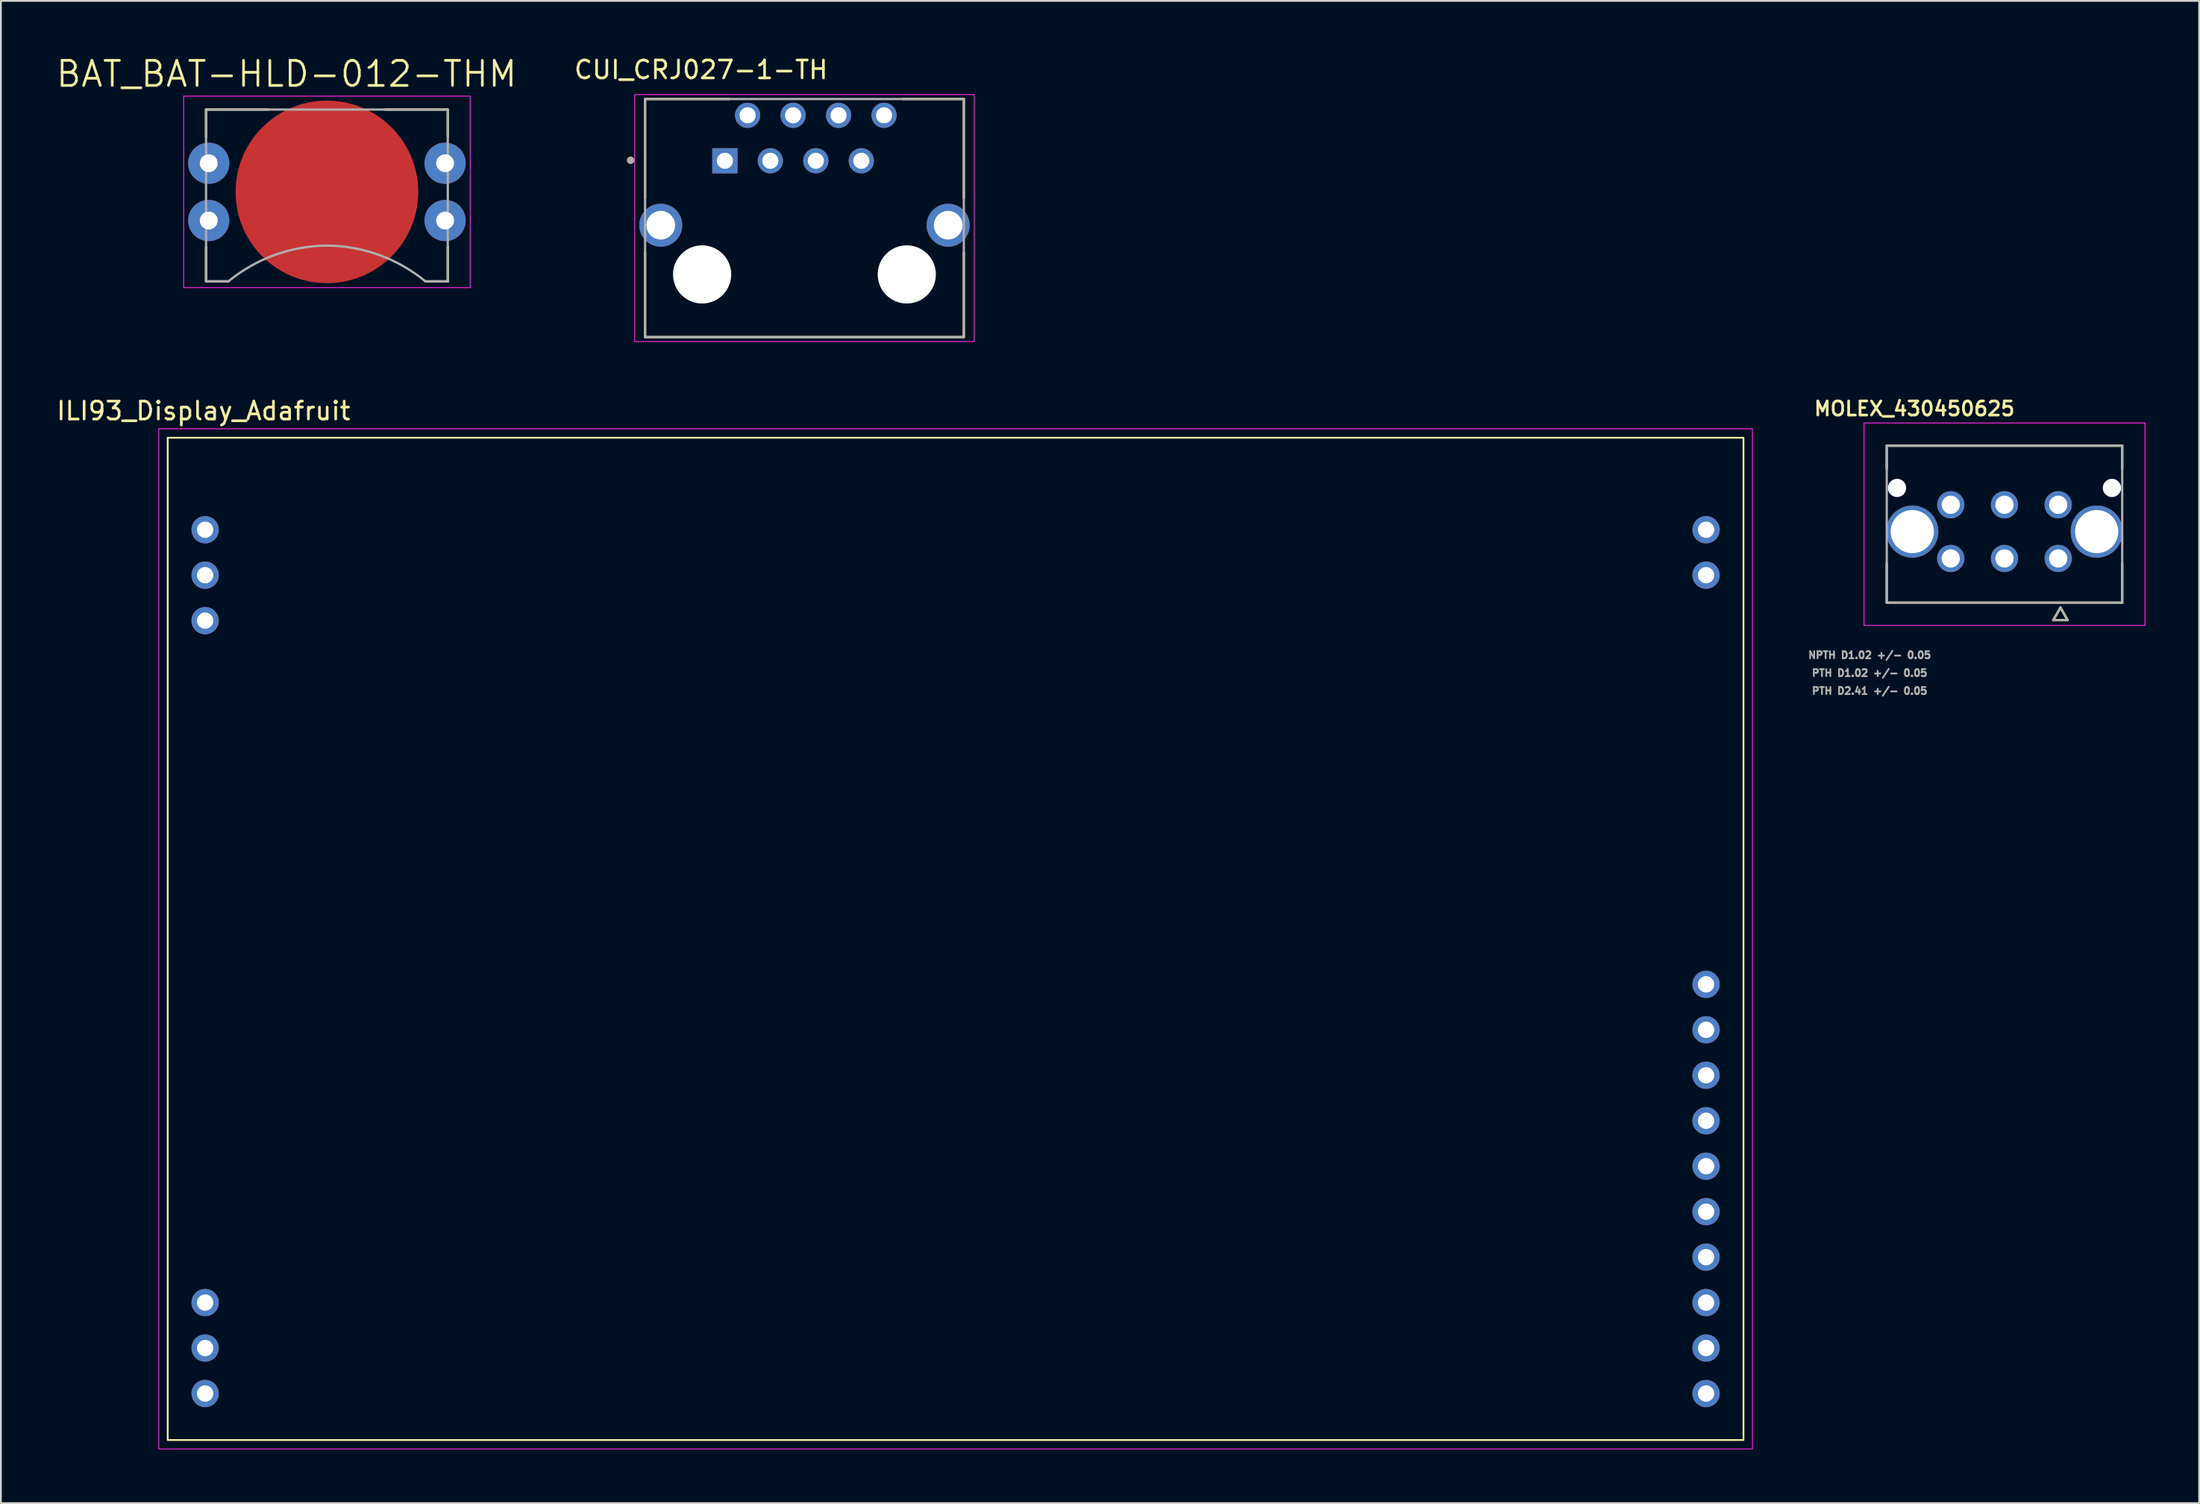
<source format=kicad_pcb>
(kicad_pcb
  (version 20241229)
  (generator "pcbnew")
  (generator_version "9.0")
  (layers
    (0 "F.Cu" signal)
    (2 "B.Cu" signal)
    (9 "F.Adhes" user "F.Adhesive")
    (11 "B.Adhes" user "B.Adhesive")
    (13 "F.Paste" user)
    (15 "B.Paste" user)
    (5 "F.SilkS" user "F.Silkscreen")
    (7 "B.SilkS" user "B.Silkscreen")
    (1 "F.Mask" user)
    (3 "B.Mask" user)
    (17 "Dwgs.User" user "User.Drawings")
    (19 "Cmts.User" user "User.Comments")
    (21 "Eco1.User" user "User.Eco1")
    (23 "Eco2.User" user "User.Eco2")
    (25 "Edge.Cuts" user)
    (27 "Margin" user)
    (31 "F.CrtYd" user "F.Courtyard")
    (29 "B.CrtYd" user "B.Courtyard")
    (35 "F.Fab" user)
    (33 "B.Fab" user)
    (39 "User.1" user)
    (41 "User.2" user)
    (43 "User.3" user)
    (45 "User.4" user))
  (footprint "ILI93_Display_Adafruit"
    (layer "F.Cu")
    (at 50.315 49.407)
    (property "Reference" "ILI93_Display_Adafruit" (at -42 -29.5 0) (layer "F.SilkS") (effects (font (size 1 1) (thickness 0.15))))
    (attr through_hole)
    (fp_rect (start -44 -28) (end 44 28) (stroke (width 0.1) (type default)) (fill no) (layer "F.SilkS"))
    (fp_rect (start -44.5 -28.5) (end 44.5 28.5) (stroke (width 0.05) (type default)) (fill no) (layer "F.CrtYd"))
    (pad "1" thru_hole oval (at 41.91 25.402) (size 1.524 1.524) (drill 0.914) (layers "*.Cu" "*.Mask"))
    (pad "2" thru_hole oval (at 41.91 22.86) (size 1.524 1.524) (drill 0.914) (layers "*.Cu" "*.Mask"))
    (pad "3" thru_hole oval (at 41.91 20.322) (size 1.524 1.524) (drill 0.914) (layers "*.Cu" "*.Mask"))
    (pad "4" thru_hole oval (at 41.91 17.782) (size 1.524 1.524) (drill 0.914) (layers "*.Cu" "*.Mask"))
    (pad "5" thru_hole oval (at 41.91 15.242) (size 1.524 1.524) (drill 0.914) (layers "*.Cu" "*.Mask"))
    (pad "6" thru_hole oval (at 41.91 12.702) (size 1.524 1.524) (drill 0.914) (layers "*.Cu" "*.Mask"))
    (pad "7" thru_hole oval (at 41.91 10.162) (size 1.524 1.524) (drill 0.914) (layers "*.Cu" "*.Mask"))
    (pad "8" thru_hole oval (at 41.91 7.62) (size 1.524 1.524) (drill 0.914) (layers "*.Cu" "*.Mask"))
    (pad "9" thru_hole oval (at 41.91 5.08) (size 1.524 1.524) (drill 0.914) (layers "*.Cu" "*.Mask"))
    (pad "10" thru_hole oval (at 41.91 2.54) (size 1.524 1.524) (drill 0.914) (layers "*.Cu" "*.Mask"))
    (pad "11" thru_hole oval (at 41.91 -20.32) (size 1.524 1.524) (drill 0.914) (layers "*.Cu" "*.Mask"))
    (pad "12" thru_hole oval (at 41.91 -22.86) (size 1.524 1.524) (drill 0.914) (layers "*.Cu" "*.Mask"))
    (pad "13" thru_hole oval (at -41.91 25.402) (size 1.524 1.524) (drill 0.914) (layers "*.Cu" "*.Mask"))
    (pad "14" thru_hole oval (at -41.91 22.862) (size 1.524 1.524) (drill 0.914) (layers "*.Cu" "*.Mask"))
    (pad "15" thru_hole oval (at -41.91 20.32) (size 1.524 1.524) (drill 0.914) (layers "*.Cu" "*.Mask"))
    (pad "16" thru_hole oval (at -41.91 -17.78) (size 1.524 1.524) (drill 0.914) (layers "*.Cu" "*.Mask"))
    (pad "17" thru_hole oval (at -41.91 -20.32) (size 1.524 1.524) (drill 0.914) (layers "*.Cu" "*.Mask"))
    (pad "18" thru_hole oval (at -41.91 -22.86) (size 1.524 1.524) (drill 0.914) (layers "*.Cu" "*.Mask")))
  (footprint "MOLEX_430450625"
    (layer "F.Cu")
    (at 111.891 28.152)
    (property "Reference" "MOLEX_430450625" (at -8.03 -8.37 0) (layer "F.SilkS") (effects (font (size 0.787 0.787) (thickness 0.15))))
    (attr through_hole)
    (fp_circle (center -9 -3.94) (end -8.707 -3.94) (stroke (width 0.586) (type solid)) (fill no) (layer "F.Mask"))
    (fp_circle (center -8.15 -1.5) (end -7.384 -1.5) (stroke (width 1.531) (type solid)) (fill no) (layer "F.Mask"))
    (fp_circle (center -6 -3) (end -5.582 -3) (stroke (width 0.836) (type solid)) (fill no) (layer "F.Mask"))
    (fp_circle (center -6 0) (end -5.582 0) (stroke (width 0.836) (type solid)) (fill no) (layer "F.Mask"))
    (fp_circle (center -3 -3) (end -2.582 -3) (stroke (width 0.836) (type solid)) (fill no) (layer "F.Mask"))
    (fp_circle (center -3 0) (end -2.582 0) (stroke (width 0.836) (type solid)) (fill no) (layer "F.Mask"))
    (fp_circle (center 0 -3) (end 0.418 -3) (stroke (width 0.836) (type solid)) (fill no) (layer "F.Mask"))
    (fp_circle (center 0 0) (end 0.418 0) (stroke (width 0.836) (type solid)) (fill no) (layer "F.Mask"))
    (fp_circle (center 2.15 -1.5) (end 2.916 -1.5) (stroke (width 1.531) (type solid)) (fill no) (layer "F.Mask"))
    (fp_circle (center 3 -3.94) (end 3.293 -3.94) (stroke (width 0.586) (type solid)) (fill no) (layer "F.Mask"))
    (fp_circle (center -9 -3.94) (end -8.707 -3.94) (stroke (width 0.586) (type solid)) (fill no) (layer "B.Mask"))
    (fp_circle (center -8.15 -1.5) (end -7.384 -1.5) (stroke (width 1.531) (type solid)) (fill no) (layer "B.Mask"))
    (fp_circle (center -6 -3) (end -5.582 -3) (stroke (width 0.836) (type solid)) (fill no) (layer "B.Mask"))
    (fp_circle (center -6 0) (end -5.582 0) (stroke (width 0.836) (type solid)) (fill no) (layer "B.Mask"))
    (fp_circle (center -3 -3) (end -2.582 -3) (stroke (width 0.836) (type solid)) (fill no) (layer "B.Mask"))
    (fp_circle (center -3 0) (end -2.582 0) (stroke (width 0.836) (type solid)) (fill no) (layer "B.Mask"))
    (fp_circle (center 0 -3) (end 0.418 -3) (stroke (width 0.836) (type solid)) (fill no) (layer "B.Mask"))
    (fp_circle (center 0 0) (end 0.418 0) (stroke (width 0.836) (type solid)) (fill no) (layer "B.Mask"))
    (fp_circle (center 2.15 -1.5) (end 2.916 -1.5) (stroke (width 1.531) (type solid)) (fill no) (layer "B.Mask"))
    (fp_circle (center 3 -3.94) (end 3.293 -3.94) (stroke (width 0.586) (type solid)) (fill no) (layer "B.Mask"))
    (fp_line (start -9.575 -6.3) (end 3.575 -6.3) (stroke (width 0.127) (type solid)) (layer "F.SilkS"))
    (fp_line (start -9.575 -5) (end -9.575 -6.3) (stroke (width 0.127) (type solid)) (layer "F.SilkS"))
    (fp_line (start -9.575 2.47) (end -9.575 0.275) (stroke (width 0.127) (type solid)) (layer "F.SilkS"))
    (fp_line (start -0.275 3.445) (end 0.525 3.445) (stroke (width 0.127) (type solid)) (layer "F.SilkS"))
    (fp_line (start 0.125 2.745) (end -0.275 3.445) (stroke (width 0.127) (type solid)) (layer "F.SilkS"))
    (fp_line (start 0.525 3.445) (end 0.125 2.745) (stroke (width 0.127) (type solid)) (layer "F.SilkS"))
    (fp_line (start 3.575 -6.3) (end 3.575 -5) (stroke (width 0.127) (type solid)) (layer "F.SilkS"))
    (fp_line (start 3.575 0.275) (end 3.575 2.47) (stroke (width 0.127) (type solid)) (layer "F.SilkS"))
    (fp_line (start 3.575 2.47) (end -9.575 2.47) (stroke (width 0.127) (type solid)) (layer "F.SilkS"))
    (fp_line (start -10.845 -7.57) (end -10.845 3.74) (stroke (width 0.05) (type solid)) (layer "F.CrtYd"))
    (fp_line (start -10.845 3.74) (end 4.845 3.74) (stroke (width 0.05) (type solid)) (layer "F.CrtYd"))
    (fp_line (start 4.845 -7.57) (end -10.845 -7.57) (stroke (width 0.05) (type solid)) (layer "F.CrtYd"))
    (fp_line (start 4.845 3.74) (end 4.845 -7.57) (stroke (width 0.05) (type solid)) (layer "F.CrtYd"))
    (fp_line (start -9.575 -6.3) (end -9.575 2.47) (stroke (width 0.127) (type solid)) (layer "F.Fab"))
    (fp_line (start -9.575 2.47) (end 3.575 2.47) (stroke (width 0.127) (type solid)) (layer "F.Fab"))
    (fp_line (start -0.275 3.445) (end 0.525 3.445) (stroke (width 0.127) (type solid)) (layer "F.Fab"))
    (fp_line (start 0.125 2.745) (end -0.275 3.445) (stroke (width 0.127) (type solid)) (layer "F.Fab"))
    (fp_line (start 0.525 3.445) (end 0.125 2.745) (stroke (width 0.127) (type solid)) (layer "F.Fab"))
    (fp_line (start 3.575 -6.3) (end -9.575 -6.3) (stroke (width 0.127) (type solid)) (layer "F.Fab"))
    (fp_line (start 3.575 2.47) (end 3.575 -6.3) (stroke (width 0.127) (type solid)) (layer "F.Fab"))
    (fp_text user "PTH D2.41 +/- 0.05" (at -10.53 7.4 0) (layer "F.Fab") (effects (font (size 0.394 0.394) (thickness 0.15))))
    (fp_text user "PTH D1.02 +/- 0.05" (at -10.53 6.4 0) (layer "F.Fab") (effects (font (size 0.394 0.394) (thickness 0.15))))
    (fp_text user "NPTH D1.02 +/- 0.05" (at -10.53 5.4 0) (layer "F.Fab") (effects (font (size 0.394 0.394) (thickness 0.15))))
    (pad "" np_thru_hole circle (at -9 -3.94) (size 1.02 1.02) (drill 1.02) (layers "*.Cu" "*.Mask"))
    (pad "" np_thru_hole circle (at 3 -3.94) (size 1.02 1.02) (drill 1.02) (layers "*.Cu" "*.Mask"))
    (pad "1" thru_hole circle (at 0 0) (size 1.52 1.52) (drill 1.02) (layers "*.Cu"))
    (pad "2" thru_hole circle (at -3 0) (size 1.52 1.52) (drill 1.02) (layers "*.Cu"))
    (pad "3" thru_hole circle (at -6 0) (size 1.52 1.52) (drill 1.02) (layers "*.Cu"))
    (pad "4" thru_hole circle (at 0 -3) (size 1.52 1.52) (drill 1.02) (layers "*.Cu"))
    (pad "5" thru_hole circle (at -3 -3) (size 1.52 1.52) (drill 1.02) (layers "*.Cu"))
    (pad "6" thru_hole circle (at -6 -3) (size 1.52 1.52) (drill 1.02) (layers "*.Cu"))
    (pad "S1" thru_hole circle (at 2.15 -1.5) (size 2.91 2.91) (drill 2.41) (layers "*.Cu"))
    (pad "S2" thru_hole circle (at -8.15 -1.5) (size 2.91 2.91) (drill 2.41) (layers "*.Cu")))
  (footprint "BAT_BAT-HLD-012-THM"
    (layer "F.Cu")
    (at 15.207 7.671)
    (property "Reference" "BAT_BAT-HLD-012-THM" (at -2.255 -6.589 0) (layer "F.SilkS") (effects (font (size 1.4 1.4) (thickness 0.15))))
    (attr through_hole)
    (fp_line (start -6.75 -4.6) (end -3.25 -4.6) (stroke (width 0.127) (type solid)) (layer "F.SilkS"))
    (fp_line (start -6.75 -3.07) (end -6.75 -4.6) (stroke (width 0.127) (type solid)) (layer "F.SilkS"))
    (fp_line (start -6.75 3.07) (end -6.75 5) (stroke (width 0.127) (type solid)) (layer "F.SilkS"))
    (fp_line (start -6.75 5) (end -5.5 5) (stroke (width 0.127) (type solid)) (layer "F.SilkS"))
    (fp_line (start 3.25 -4.6) (end 6.75 -4.6) (stroke (width 0.127) (type solid)) (layer "F.SilkS"))
    (fp_line (start 5.5 5) (end 6.75 5) (stroke (width 0.127) (type solid)) (layer "F.SilkS"))
    (fp_line (start 6.75 -4.6) (end 6.75 -3.07) (stroke (width 0.127) (type solid)) (layer "F.SilkS"))
    (fp_line (start 6.75 5) (end 6.75 3.07) (stroke (width 0.127) (type solid)) (layer "F.SilkS"))
    (fp_line (start -8 -5.35) (end 8 -5.35) (stroke (width 0.05) (type solid)) (layer "F.CrtYd"))
    (fp_line (start -8 5.35) (end -8 -5.35) (stroke (width 0.05) (type solid)) (layer "F.CrtYd"))
    (fp_line (start 8 -5.35) (end 8 5.35) (stroke (width 0.05) (type solid)) (layer "F.CrtYd"))
    (fp_line (start 8 5.35) (end -8 5.35) (stroke (width 0.05) (type solid)) (layer "F.CrtYd"))
    (fp_line (start -6.75 -4.6) (end 6.75 -4.6) (stroke (width 0.127) (type solid)) (layer "F.Fab"))
    (fp_line (start -6.75 5) (end -6.75 -4.6) (stroke (width 0.127) (type solid)) (layer "F.Fab"))
    (fp_line (start -5.5 5) (end -6.75 5) (stroke (width 0.127) (type solid)) (layer "F.Fab"))
    (fp_line (start 6.75 -4.6) (end 6.75 5) (stroke (width 0.127) (type solid)) (layer "F.Fab"))
    (fp_line (start 6.75 5) (end 5.5 5) (stroke (width 0.127) (type solid)) (layer "F.Fab"))
    (fp_arc (start -5.5 5) (mid -2.922027 3.526926) (end 0 3) (stroke (width 0.127) (type solid)) (layer "F.Fab"))
    (fp_arc (start 0 3) (mid 2.922027 3.526926) (end 5.5 5) (stroke (width 0.127) (type solid)) (layer "F.Fab"))
    (pad "N" smd circle (at 0 0) (size 10.2 10.2) (layers "F.Cu" "F.Mask"))
    (pad "P1" thru_hole circle (at -6.6 -1.6) (size 2.3 2.3) (drill 1) (layers "*.Cu" "*.Mask"))
    (pad "P2" thru_hole circle (at -6.6 1.6) (size 2.3 2.3) (drill 1) (layers "*.Cu" "*.Mask"))
    (pad "P3" thru_hole circle (at 6.6 1.6) (size 2.3 2.3) (drill 1) (layers "*.Cu" "*.Mask"))
    (pad "P4" thru_hole circle (at 6.6 -1.6) (size 2.3 2.3) (drill 1) (layers "*.Cu" "*.Mask")))
  (footprint "CUI_CRJ027-1-TH"
    (layer "F.Cu")
    (at 41.875 12.283)
    (property "Reference" "CUI_CRJ027-1-TH" (at -5.775 -11.435 0) (layer "F.SilkS") (effects (font (size 1 1) (thickness 0.15))))
    (attr through_hole)
    (fp_line (start -8.9 -9.8) (end -4.2 -9.8) (stroke (width 0.127) (type solid)) (layer "F.SilkS"))
    (fp_line (start -8.9 -4.28) (end -8.9 -9.8) (stroke (width 0.127) (type solid)) (layer "F.SilkS"))
    (fp_line (start -8.9 3.5) (end -8.9 -1.22) (stroke (width 0.127) (type solid)) (layer "F.SilkS"))
    (fp_line (start 5.48 -9.8) (end 8.9 -9.8) (stroke (width 0.127) (type solid)) (layer "F.SilkS"))
    (fp_line (start 8.9 -4.28) (end 8.9 -9.8) (stroke (width 0.127) (type solid)) (layer "F.SilkS"))
    (fp_line (start 8.9 3.5) (end -8.9 3.5) (stroke (width 0.127) (type solid)) (layer "F.SilkS"))
    (fp_line (start 8.9 3.5) (end 8.9 -1.22) (stroke (width 0.127) (type solid)) (layer "F.SilkS"))
    (fp_circle (center -9.71 -6.38) (end -9.61 -6.38) (stroke (width 0.2) (type solid)) (fill no) (layer "F.SilkS"))
    (fp_line (start -9.48 -10.05) (end 9.48 -10.05) (stroke (width 0.05) (type solid)) (layer "F.CrtYd"))
    (fp_line (start -9.48 3.75) (end -9.48 -10.05) (stroke (width 0.05) (type solid)) (layer "F.CrtYd"))
    (fp_line (start 9.48 -10.05) (end 9.48 3.75) (stroke (width 0.05) (type solid)) (layer "F.CrtYd"))
    (fp_line (start 9.48 3.75) (end -9.48 3.75) (stroke (width 0.05) (type solid)) (layer "F.CrtYd"))
    (fp_line (start -8.9 -9.8) (end 8.9 -9.8) (stroke (width 0.127) (type solid)) (layer "F.Fab"))
    (fp_line (start -8.9 3.5) (end -8.9 -9.8) (stroke (width 0.127) (type solid)) (layer "F.Fab"))
    (fp_line (start 8.9 -9.8) (end 8.9 3.5) (stroke (width 0.127) (type solid)) (layer "F.Fab"))
    (fp_line (start 8.9 3.5) (end -8.9 3.5) (stroke (width 0.127) (type solid)) (layer "F.Fab"))
    (fp_circle (center -9.71 -6.38) (end -9.61 -6.38) (stroke (width 0.2) (type solid)) (fill no) (layer "F.Fab"))
    (pad "" np_thru_hole circle (at -5.715 0) (size 3.25 3.25) (drill 3.25) (layers "*.Cu" "*.Mask"))
    (pad "" np_thru_hole circle (at 5.715 0) (size 3.25 3.25) (drill 3.25) (layers "*.Cu" "*.Mask"))
    (pad "1" thru_hole rect (at -4.445 -6.35) (size 1.408 1.408) (drill 0.9) (layers "*.Cu" "*.Mask"))
    (pad "2" thru_hole circle (at -3.175 -8.89) (size 1.408 1.408) (drill 0.9) (layers "*.Cu" "*.Mask"))
    (pad "3" thru_hole circle (at -1.905 -6.35) (size 1.408 1.408) (drill 0.9) (layers "*.Cu" "*.Mask"))
    (pad "4" thru_hole circle (at -0.635 -8.89) (size 1.408 1.408) (drill 0.9) (layers "*.Cu" "*.Mask"))
    (pad "5" thru_hole circle (at 0.635 -6.35) (size 1.408 1.408) (drill 0.9) (layers "*.Cu" "*.Mask"))
    (pad "6" thru_hole circle (at 1.905 -8.89) (size 1.408 1.408) (drill 0.9) (layers "*.Cu" "*.Mask"))
    (pad "7" thru_hole circle (at 3.175 -6.35) (size 1.408 1.408) (drill 0.9) (layers "*.Cu" "*.Mask"))
    (pad "8" thru_hole circle (at 4.445 -8.89) (size 1.408 1.408) (drill 0.9) (layers "*.Cu" "*.Mask"))
    (pad "S1" thru_hole circle (at -8.025 -2.75) (size 2.4 2.4) (drill 1.6) (layers "*.Cu" "*.Mask"))
    (pad "S2" thru_hole circle (at 8.025 -2.75) (size 2.4 2.4) (drill 1.6) (layers "*.Cu" "*.Mask")))
  (gr_rect
    (start -3 -3)
    (end 119.761 80.931)
    (stroke (width 0.1) (type default))
    (fill no)
    (layer "Edge.Cuts")))
</source>
